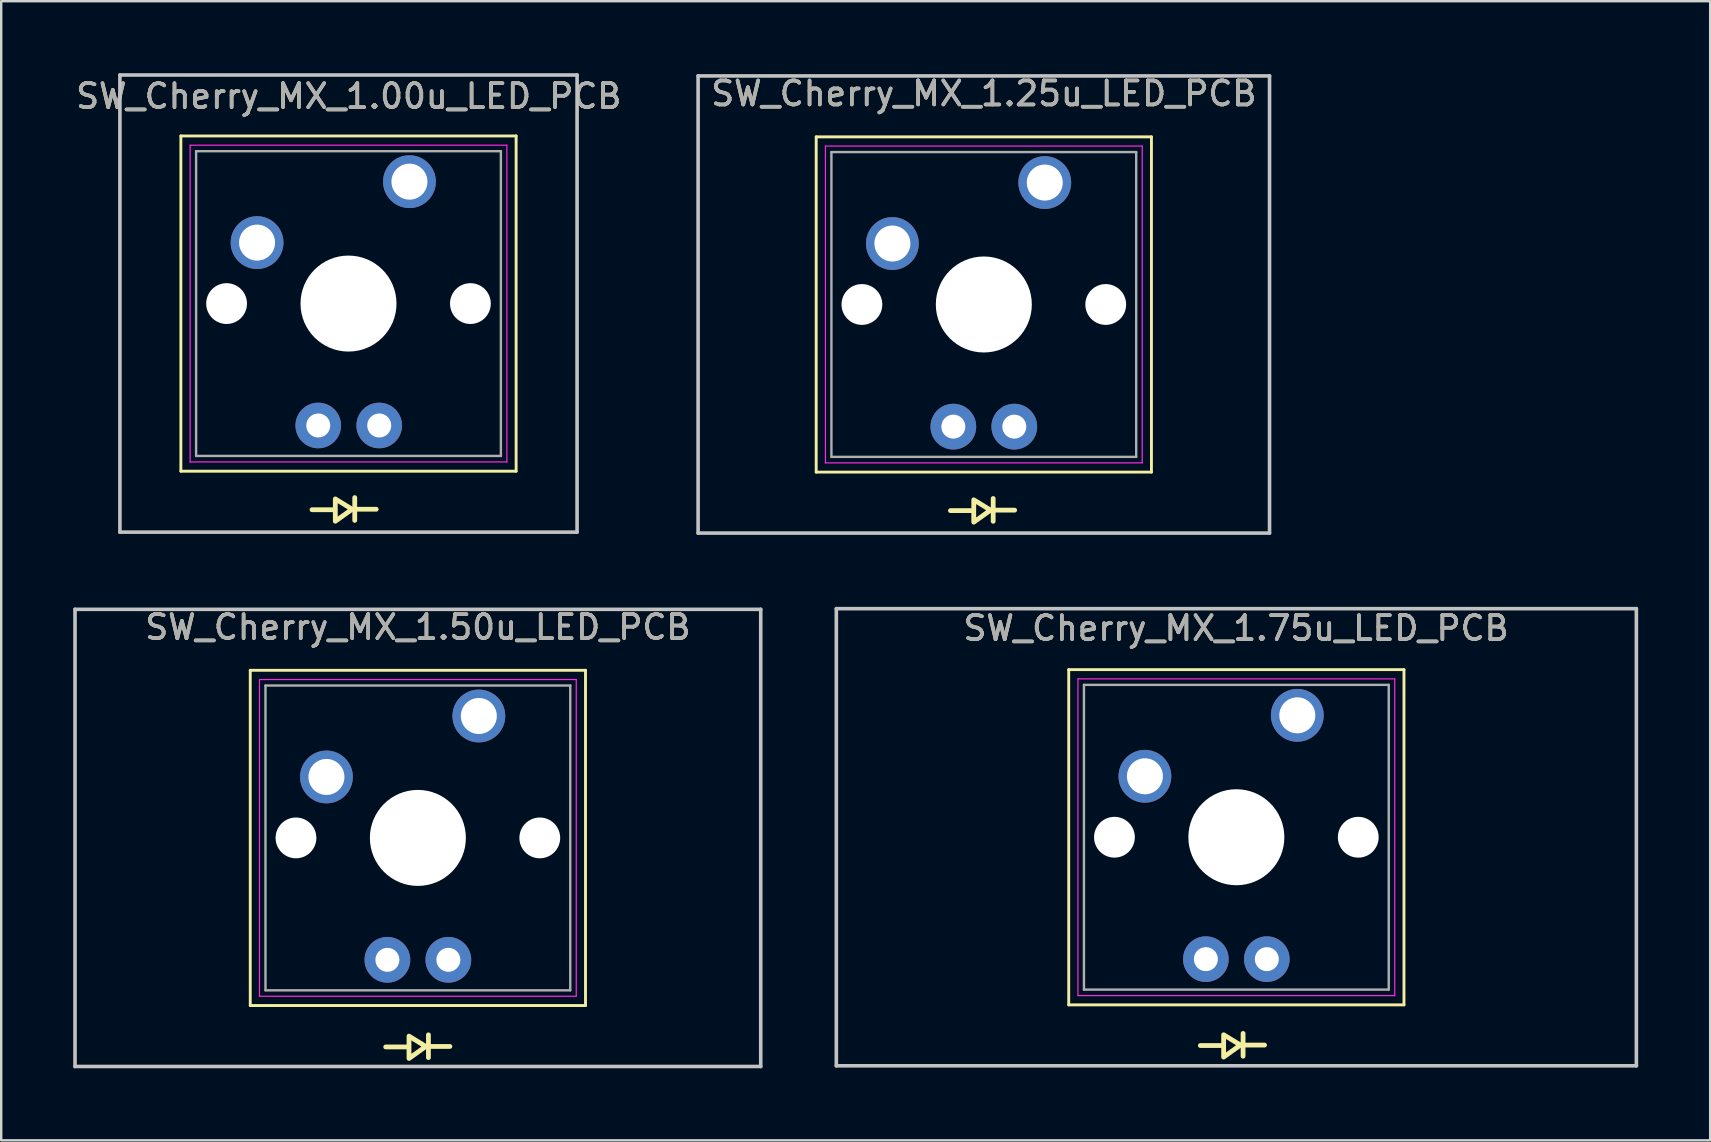
<source format=kicad_pcb>
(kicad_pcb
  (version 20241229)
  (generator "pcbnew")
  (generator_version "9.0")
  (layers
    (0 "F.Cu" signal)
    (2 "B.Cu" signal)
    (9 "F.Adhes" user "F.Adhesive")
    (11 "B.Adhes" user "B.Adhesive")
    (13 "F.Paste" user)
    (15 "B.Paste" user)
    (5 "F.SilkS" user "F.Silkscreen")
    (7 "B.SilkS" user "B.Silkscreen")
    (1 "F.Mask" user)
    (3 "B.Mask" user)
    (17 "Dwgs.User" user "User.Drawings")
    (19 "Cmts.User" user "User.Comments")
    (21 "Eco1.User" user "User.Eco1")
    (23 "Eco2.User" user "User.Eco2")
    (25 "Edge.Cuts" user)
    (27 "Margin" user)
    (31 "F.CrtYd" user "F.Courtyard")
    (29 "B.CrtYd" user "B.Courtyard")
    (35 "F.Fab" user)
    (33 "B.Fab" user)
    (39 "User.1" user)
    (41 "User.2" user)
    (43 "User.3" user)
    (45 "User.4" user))
  (footprint "SW_Cherry_MX_1.00u_LED_PCB"
    (layer "F.Cu")
    (at 11.482 9.6)
    (property "Reference" "SW_Cherry_MX_1.00u_LED_PCB" (at 0 -8.64 0) (layer "F.SilkS") (effects (font (size 1 1) (thickness 0.15))))
    (attr through_hole)
    (fp_line (start -6.995 -6.985) (end 6.975 -6.985) (stroke (width 0.12) (type solid)) (layer "F.SilkS"))
    (fp_line (start -6.995 6.985) (end -6.995 -6.985) (stroke (width 0.12) (type solid)) (layer "F.SilkS"))
    (fp_line (start -0.58 8.59) (end -1.53 8.59) (stroke (width 0.2) (type solid)) (layer "F.SilkS"))
    (fp_line (start 0.25 8.085) (end 0.25 9.035) (stroke (width 0.2) (type solid)) (layer "F.SilkS"))
    (fp_line (start 1.145 8.57) (end 0.195 8.57) (stroke (width 0.2) (type solid)) (layer "F.SilkS"))
    (fp_line (start 6.975 -6.985) (end 6.975 6.985) (stroke (width 0.12) (type solid)) (layer "F.SilkS"))
    (fp_line (start 6.975 6.985) (end -6.995 6.985) (stroke (width 0.12) (type solid)) (layer "F.SilkS"))
    (fp_poly (pts (xy -0.56 8.14) (xy 0.14 8.57) (xy -0.56 9.07)) (stroke (width 0.2) (type solid)) (fill no) (layer "F.SilkS"))
    (fp_line (start -9.535 -9.525) (end 9.515 -9.525) (stroke (width 0.15) (type solid)) (layer "Dwgs.User"))
    (fp_line (start -9.535 9.525) (end -9.535 -9.525) (stroke (width 0.15) (type solid)) (layer "Dwgs.User"))
    (fp_line (start 9.515 -9.525) (end 9.515 9.525) (stroke (width 0.15) (type solid)) (layer "Dwgs.User"))
    (fp_line (start 9.515 9.525) (end -9.535 9.525) (stroke (width 0.15) (type solid)) (layer "Dwgs.User"))
    (fp_line (start -6.61 -6.6) (end 6.59 -6.6) (stroke (width 0.05) (type solid)) (layer "F.CrtYd"))
    (fp_line (start -6.61 6.6) (end -6.61 -6.6) (stroke (width 0.05) (type solid)) (layer "F.CrtYd"))
    (fp_line (start 6.59 -6.6) (end 6.59 6.6) (stroke (width 0.05) (type solid)) (layer "F.CrtYd"))
    (fp_line (start 6.59 6.6) (end -6.61 6.6) (stroke (width 0.05) (type solid)) (layer "F.CrtYd"))
    (fp_line (start -6.36 -6.35) (end 6.34 -6.35) (stroke (width 0.1) (type solid)) (layer "F.Fab"))
    (fp_line (start -6.36 6.35) (end -6.36 -6.35) (stroke (width 0.1) (type solid)) (layer "F.Fab"))
    (fp_line (start 6.34 -6.35) (end 6.34 6.35) (stroke (width 0.1) (type solid)) (layer "F.Fab"))
    (fp_line (start 6.34 6.35) (end -6.36 6.35) (stroke (width 0.1) (type solid)) (layer "F.Fab"))
    (fp_text user "${REFERENCE}" (at 0 -8.64 0) (layer "F.Fab") (effects (font (size 1 1) (thickness 0.15))))
    (pad "" np_thru_hole circle (at -5.09 0) (size 1.7 1.7) (drill 1.7) (layers "*.Cu" "*.Mask"))
    (pad "" np_thru_hole circle (at -0.01 0) (size 4 4) (drill 4) (layers "*.Cu" "*.Mask"))
    (pad "" np_thru_hole circle (at 5.07 0) (size 1.7 1.7) (drill 1.7) (layers "*.Cu" "*.Mask"))
    (pad "1" thru_hole circle (at 2.53 -5.08) (size 2.2 2.2) (drill 1.5) (layers "*.Cu" "*.Mask"))
    (pad "2" thru_hole circle (at -3.82 -2.54) (size 2.2 2.2) (drill 1.5) (layers "*.Cu" "*.Mask"))
    (pad "3" thru_hole circle (at -1.27 5.08) (size 1.9 1.9) (drill 1) (layers "*.Cu" "*.Mask"))
    (pad "4" thru_hole circle (at 1.27 5.08) (size 1.9 1.9) (drill 1) (layers "*.Cu" "*.Mask")))
  (footprint "SW_Cherry_MX_1.25u_LED_PCB"
    (layer "F.Cu")
    (at 37.946 9.648)
    (property "Reference" "SW_Cherry_MX_1.25u_LED_PCB" (at 0 -8.8 0) (layer "F.SilkS") (effects (font (size 1 1) (thickness 0.15))))
    (attr through_hole)
    (fp_line (start -6.985 -6.995) (end 6.985 -6.995) (stroke (width 0.12) (type solid)) (layer "F.SilkS"))
    (fp_line (start -6.985 6.975) (end -6.985 -6.995) (stroke (width 0.12) (type solid)) (layer "F.SilkS"))
    (fp_line (start -0.44 8.58) (end -1.39 8.58) (stroke (width 0.2) (type solid)) (layer "F.SilkS"))
    (fp_line (start 0.39 8.075) (end 0.39 9.025) (stroke (width 0.2) (type solid)) (layer "F.SilkS"))
    (fp_line (start 1.285 8.56) (end 0.335 8.56) (stroke (width 0.2) (type solid)) (layer "F.SilkS"))
    (fp_line (start 6.985 -6.995) (end 6.985 6.975) (stroke (width 0.12) (type solid)) (layer "F.SilkS"))
    (fp_line (start 6.985 6.975) (end -6.985 6.975) (stroke (width 0.12) (type solid)) (layer "F.SilkS"))
    (fp_poly (pts (xy -0.42 8.13) (xy 0.28 8.56) (xy -0.42 9.06)) (stroke (width 0.2) (type solid)) (fill no) (layer "F.SilkS"))
    (fp_line (start -11.906 -9.535) (end 11.906 -9.535) (stroke (width 0.15) (type solid)) (layer "Dwgs.User"))
    (fp_line (start -11.906 9.515) (end -11.906 -9.535) (stroke (width 0.15) (type solid)) (layer "Dwgs.User"))
    (fp_line (start 11.906 -9.535) (end 11.906 9.515) (stroke (width 0.15) (type solid)) (layer "Dwgs.User"))
    (fp_line (start 11.906 9.515) (end -11.906 9.515) (stroke (width 0.15) (type solid)) (layer "Dwgs.User"))
    (fp_line (start -6.6 -6.61) (end 6.6 -6.61) (stroke (width 0.05) (type solid)) (layer "F.CrtYd"))
    (fp_line (start -6.6 6.59) (end -6.6 -6.61) (stroke (width 0.05) (type solid)) (layer "F.CrtYd"))
    (fp_line (start 6.6 -6.61) (end 6.6 6.59) (stroke (width 0.05) (type solid)) (layer "F.CrtYd"))
    (fp_line (start 6.6 6.59) (end -6.6 6.59) (stroke (width 0.05) (type solid)) (layer "F.CrtYd"))
    (fp_line (start -6.35 -6.36) (end 6.35 -6.36) (stroke (width 0.1) (type solid)) (layer "F.Fab"))
    (fp_line (start -6.35 6.34) (end -6.35 -6.36) (stroke (width 0.1) (type solid)) (layer "F.Fab"))
    (fp_line (start 6.35 -6.36) (end 6.35 6.34) (stroke (width 0.1) (type solid)) (layer "F.Fab"))
    (fp_line (start 6.35 6.34) (end -6.35 6.34) (stroke (width 0.1) (type solid)) (layer "F.Fab"))
    (fp_text user "${REFERENCE}" (at 0 -8.8 0) (layer "F.Fab") (effects (font (size 1 1) (thickness 0.15))))
    (pad "" np_thru_hole circle (at -5.08 -0.01) (size 1.7 1.7) (drill 1.7) (layers "*.Cu" "*.Mask"))
    (pad "" np_thru_hole circle (at 0 -0.01) (size 4 4) (drill 4) (layers "*.Cu" "*.Mask"))
    (pad "" np_thru_hole circle (at 5.08 -0.01) (size 1.7 1.7) (drill 1.7) (layers "*.Cu" "*.Mask"))
    (pad "1" thru_hole circle (at 2.54 -5.09) (size 2.2 2.2) (drill 1.5) (layers "*.Cu" "*.Mask"))
    (pad "2" thru_hole circle (at -3.81 -2.55) (size 2.2 2.2) (drill 1.5) (layers "*.Cu" "*.Mask"))
    (pad "3" thru_hole circle (at -1.27 5.08) (size 1.905 1.905) (drill 1) (layers "*.Cu" "*.Mask"))
    (pad "4" thru_hole circle (at 1.27 5.08) (size 1.905 1.905) (drill 1) (layers "*.Cu" "*.Mask")))
  (footprint "SW_Cherry_MX_1.50u_LED_PCB"
    (layer "F.Cu")
    (at 14.363 31.866)
    (property "Reference" "SW_Cherry_MX_1.50u_LED_PCB" (at 0 -8.78 0) (layer "F.SilkS") (effects (font (size 1 1) (thickness 0.15))))
    (attr through_hole)
    (fp_line (start -6.985 -6.985) (end 6.985 -6.985) (stroke (width 0.12) (type solid)) (layer "F.SilkS"))
    (fp_line (start -6.985 6.985) (end -6.985 -6.985) (stroke (width 0.12) (type solid)) (layer "F.SilkS"))
    (fp_line (start -0.39 8.71) (end -1.34 8.71) (stroke (width 0.2) (type solid)) (layer "F.SilkS"))
    (fp_line (start 0.44 8.205) (end 0.44 9.155) (stroke (width 0.2) (type solid)) (layer "F.SilkS"))
    (fp_line (start 1.335 8.69) (end 0.385 8.69) (stroke (width 0.2) (type solid)) (layer "F.SilkS"))
    (fp_line (start 6.985 -6.985) (end 6.985 6.985) (stroke (width 0.12) (type solid)) (layer "F.SilkS"))
    (fp_line (start 6.985 6.985) (end -6.985 6.985) (stroke (width 0.12) (type solid)) (layer "F.SilkS"))
    (fp_poly (pts (xy -0.37 8.26) (xy 0.33 8.69) (xy -0.37 9.19)) (stroke (width 0.2) (type solid)) (fill no) (layer "F.SilkS"))
    (fp_line (start -14.287 -9.525) (end 14.287 -9.525) (stroke (width 0.15) (type solid)) (layer "Dwgs.User"))
    (fp_line (start -14.287 9.525) (end -14.287 -9.525) (stroke (width 0.15) (type solid)) (layer "Dwgs.User"))
    (fp_line (start 14.287 -9.525) (end 14.287 9.525) (stroke (width 0.15) (type solid)) (layer "Dwgs.User"))
    (fp_line (start 14.287 9.525) (end -14.287 9.525) (stroke (width 0.15) (type solid)) (layer "Dwgs.User"))
    (fp_line (start -6.6 -6.6) (end 6.6 -6.6) (stroke (width 0.05) (type solid)) (layer "F.CrtYd"))
    (fp_line (start -6.6 6.6) (end -6.6 -6.6) (stroke (width 0.05) (type solid)) (layer "F.CrtYd"))
    (fp_line (start 6.6 -6.6) (end 6.6 6.6) (stroke (width 0.05) (type solid)) (layer "F.CrtYd"))
    (fp_line (start 6.6 6.6) (end -6.6 6.6) (stroke (width 0.05) (type solid)) (layer "F.CrtYd"))
    (fp_line (start -6.35 -6.35) (end 6.35 -6.35) (stroke (width 0.1) (type solid)) (layer "F.Fab"))
    (fp_line (start -6.35 6.35) (end -6.35 -6.35) (stroke (width 0.1) (type solid)) (layer "F.Fab"))
    (fp_line (start 6.35 -6.35) (end 6.35 6.35) (stroke (width 0.1) (type solid)) (layer "F.Fab"))
    (fp_line (start 6.35 6.35) (end -6.35 6.35) (stroke (width 0.1) (type solid)) (layer "F.Fab"))
    (fp_text user "${REFERENCE}" (at 0 -8.78 0) (layer "F.Fab") (effects (font (size 1 1) (thickness 0.15))))
    (pad "" np_thru_hole circle (at -5.08 0) (size 1.7 1.7) (drill 1.7) (layers "*.Cu" "*.Mask"))
    (pad "" np_thru_hole circle (at 0 0) (size 4 4) (drill 4) (layers "*.Cu" "*.Mask"))
    (pad "" np_thru_hole circle (at 5.08 0) (size 1.7 1.7) (drill 1.7) (layers "*.Cu" "*.Mask"))
    (pad "1" thru_hole circle (at 2.54 -5.08) (size 2.2 2.2) (drill 1.5) (layers "*.Cu" "*.Mask"))
    (pad "2" thru_hole circle (at -3.81 -2.54) (size 2.2 2.2) (drill 1.5) (layers "*.Cu" "*.Mask"))
    (pad "3" thru_hole circle (at -1.27 5.08) (size 1.905 1.905) (drill 1) (layers "*.Cu" "*.Mask"))
    (pad "4" thru_hole circle (at 1.27 5.08) (size 1.905 1.905) (drill 1) (layers "*.Cu" "*.Mask")))
  (footprint "SW_Cherry_MX_1.75u_LED_PCB"
    (layer "F.Cu")
    (at 48.469 31.838)
    (property "Reference" "SW_Cherry_MX_1.75u_LED_PCB" (at -0.01 -8.71 0) (layer "F.SilkS") (effects (font (size 1 1) (thickness 0.15))))
    (attr through_hole)
    (fp_line (start -6.985 -6.985) (end 6.985 -6.985) (stroke (width 0.12) (type solid)) (layer "F.SilkS"))
    (fp_line (start -6.985 6.985) (end -6.985 -6.985) (stroke (width 0.12) (type solid)) (layer "F.SilkS"))
    (fp_line (start -0.55 8.68) (end -1.5 8.68) (stroke (width 0.2) (type solid)) (layer "F.SilkS"))
    (fp_line (start 0.28 8.175) (end 0.28 9.125) (stroke (width 0.2) (type solid)) (layer "F.SilkS"))
    (fp_line (start 1.175 8.66) (end 0.225 8.66) (stroke (width 0.2) (type solid)) (layer "F.SilkS"))
    (fp_line (start 6.985 -6.985) (end 6.985 6.985) (stroke (width 0.12) (type solid)) (layer "F.SilkS"))
    (fp_line (start 6.985 6.985) (end -6.985 6.985) (stroke (width 0.12) (type solid)) (layer "F.SilkS"))
    (fp_poly (pts (xy -0.53 8.23) (xy 0.17 8.66) (xy -0.53 9.16)) (stroke (width 0.2) (type solid)) (fill no) (layer "F.SilkS"))
    (fp_line (start -16.669 -9.525) (end 16.669 -9.525) (stroke (width 0.15) (type solid)) (layer "Dwgs.User"))
    (fp_line (start -16.669 9.525) (end -16.669 -9.525) (stroke (width 0.15) (type solid)) (layer "Dwgs.User"))
    (fp_line (start 16.669 -9.525) (end 16.669 9.525) (stroke (width 0.15) (type solid)) (layer "Dwgs.User"))
    (fp_line (start 16.669 9.525) (end -16.669 9.525) (stroke (width 0.15) (type solid)) (layer "Dwgs.User"))
    (fp_line (start -6.6 -6.6) (end 6.6 -6.6) (stroke (width 0.05) (type solid)) (layer "F.CrtYd"))
    (fp_line (start -6.6 6.6) (end -6.6 -6.6) (stroke (width 0.05) (type solid)) (layer "F.CrtYd"))
    (fp_line (start 6.6 -6.6) (end 6.6 6.6) (stroke (width 0.05) (type solid)) (layer "F.CrtYd"))
    (fp_line (start 6.6 6.6) (end -6.6 6.6) (stroke (width 0.05) (type solid)) (layer "F.CrtYd"))
    (fp_line (start -6.35 -6.35) (end 6.35 -6.35) (stroke (width 0.1) (type solid)) (layer "F.Fab"))
    (fp_line (start -6.35 6.35) (end -6.35 -6.35) (stroke (width 0.1) (type solid)) (layer "F.Fab"))
    (fp_line (start 6.35 -6.35) (end 6.35 6.35) (stroke (width 0.1) (type solid)) (layer "F.Fab"))
    (fp_line (start 6.35 6.35) (end -6.35 6.35) (stroke (width 0.1) (type solid)) (layer "F.Fab"))
    (fp_text user "${REFERENCE}" (at -0.01 -8.71 0) (layer "F.Fab") (effects (font (size 1 1) (thickness 0.15))))
    (pad "" np_thru_hole circle (at -5.08 0) (size 1.7 1.7) (drill 1.7) (layers "*.Cu" "*.Mask"))
    (pad "" np_thru_hole circle (at 0 0) (size 4 4) (drill 4) (layers "*.Cu" "*.Mask"))
    (pad "" np_thru_hole circle (at 5.08 0) (size 1.7 1.7) (drill 1.7) (layers "*.Cu" "*.Mask"))
    (pad "1" thru_hole circle (at 2.54 -5.08) (size 2.2 2.2) (drill 1.5) (layers "*.Cu" "*.Mask"))
    (pad "2" thru_hole circle (at -3.81 -2.54) (size 2.2 2.2) (drill 1.5) (layers "*.Cu" "*.Mask"))
    (pad "3" thru_hole circle (at -1.27 5.08) (size 1.9 1.9) (drill 1) (layers "*.Cu" "*.Mask"))
    (pad "4" thru_hole circle (at 1.27 5.08) (size 1.9 1.9) (drill 1) (layers "*.Cu" "*.Mask")))
  (gr_rect
    (start -3 -3)
    (end 68.213 44.467)
    (stroke (width 0.1) (type default))
    (fill no)
    (layer "Edge.Cuts")))
</source>
